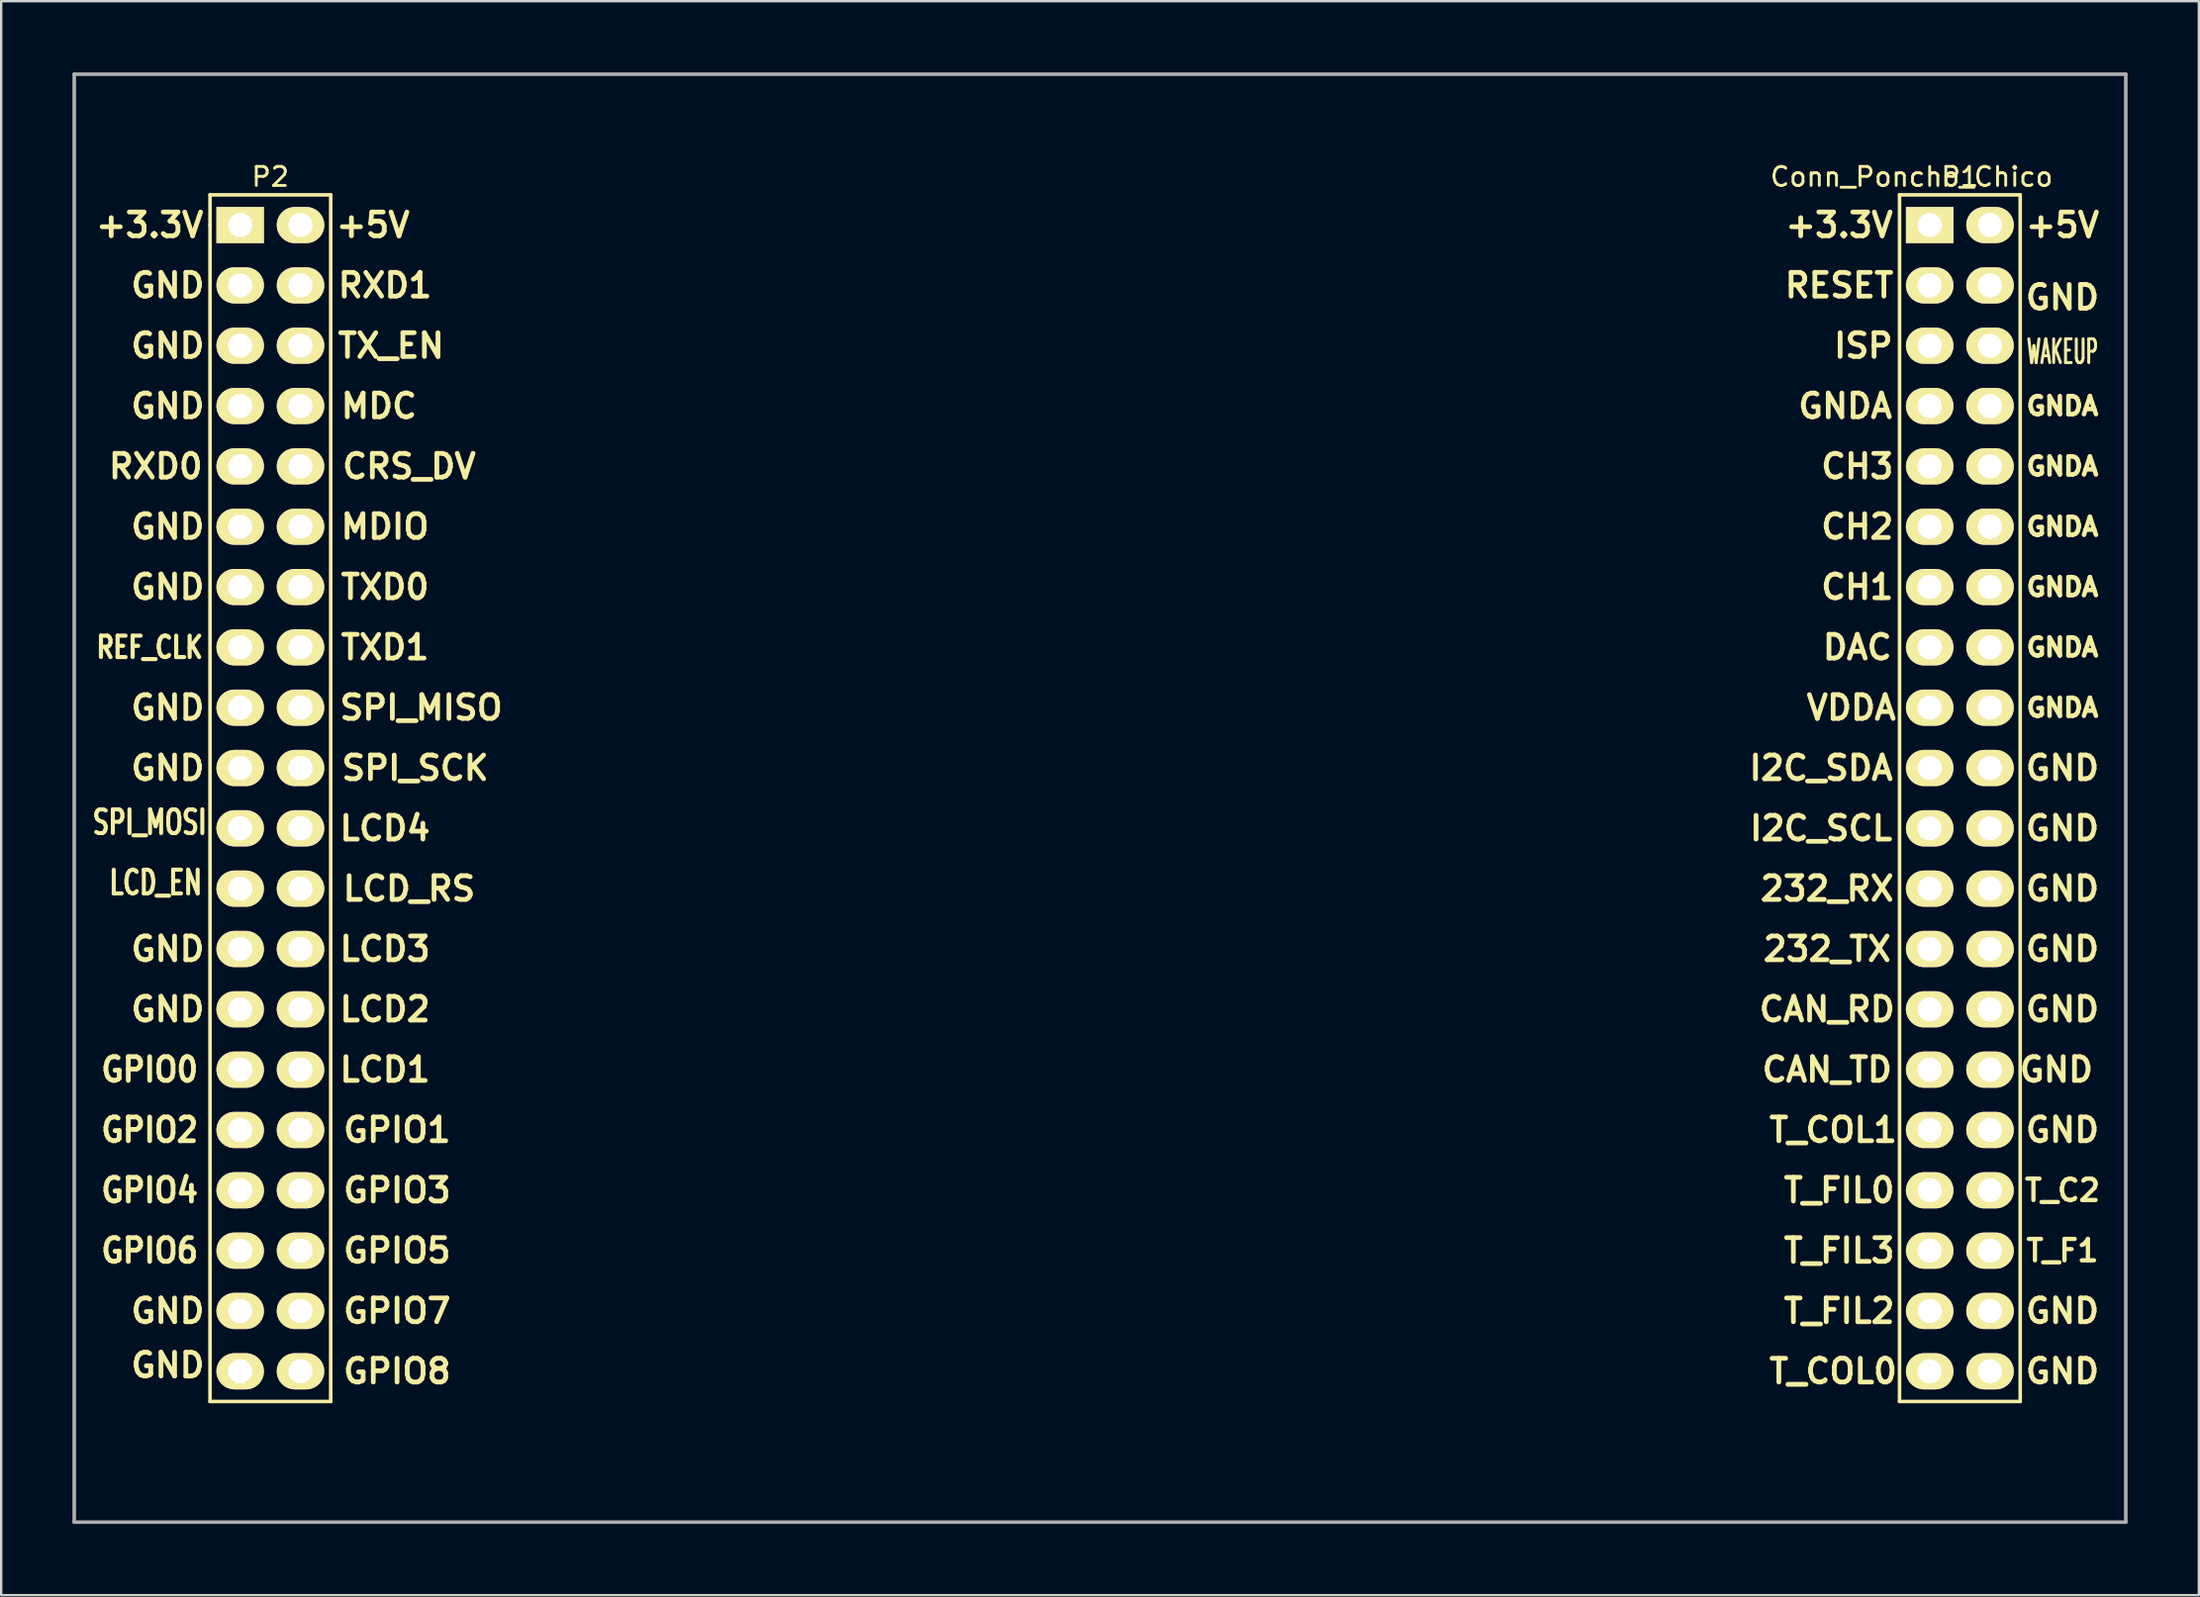
<source format=kicad_pcb>
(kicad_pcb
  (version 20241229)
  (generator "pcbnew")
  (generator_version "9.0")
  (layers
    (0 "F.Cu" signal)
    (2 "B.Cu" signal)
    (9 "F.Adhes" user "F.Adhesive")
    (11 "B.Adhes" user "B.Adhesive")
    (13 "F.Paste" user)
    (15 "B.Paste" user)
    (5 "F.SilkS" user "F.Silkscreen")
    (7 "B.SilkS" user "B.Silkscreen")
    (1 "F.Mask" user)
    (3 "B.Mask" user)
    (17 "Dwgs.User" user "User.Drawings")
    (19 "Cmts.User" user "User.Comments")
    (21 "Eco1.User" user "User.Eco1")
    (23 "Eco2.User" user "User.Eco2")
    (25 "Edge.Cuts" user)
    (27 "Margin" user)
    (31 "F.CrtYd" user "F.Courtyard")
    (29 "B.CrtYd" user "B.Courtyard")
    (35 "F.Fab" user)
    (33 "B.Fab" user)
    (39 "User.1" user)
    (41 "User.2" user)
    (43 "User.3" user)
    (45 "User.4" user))
  (footprint "Conn_Poncho_Chico"
    (layer "F.Cu")
    (at 78.18 6.425)
    (property "Reference" "Conn_Poncho_Chico" (at -0.762 -2.032 0) (layer "F.SilkS") (effects (font (size 0.8 0.8) (thickness 0.12))))
    (attr through_hole)
    (fp_line (start -72.39 -1.27) (end -67.31 -1.27) (stroke (width 0.15) (type solid)) (layer "F.SilkS"))
    (fp_line (start -72.39 0) (end -72.39 -1.27) (stroke (width 0.15) (type solid)) (layer "F.SilkS"))
    (fp_line (start -72.39 49.53) (end -72.39 0) (stroke (width 0.15) (type solid)) (layer "F.SilkS"))
    (fp_line (start -67.31 -1.27) (end -67.31 49.53) (stroke (width 0.15) (type solid)) (layer "F.SilkS"))
    (fp_line (start -67.31 49.53) (end -72.39 49.53) (stroke (width 0.15) (type solid)) (layer "F.SilkS"))
    (fp_line (start -1.27 49.53) (end -1.27 -1.27) (stroke (width 0.15) (type solid)) (layer "F.SilkS"))
    (fp_line (start 3.81 -1.27) (end -1.27 -1.27) (stroke (width 0.15) (type solid)) (layer "F.SilkS"))
    (fp_line (start 3.81 49.53) (end -1.27 49.53) (stroke (width 0.15) (type solid)) (layer "F.SilkS"))
    (fp_line (start 3.81 49.53) (end 3.81 -1.27) (stroke (width 0.15) (type solid)) (layer "F.SilkS"))
    (fp_line (start -78.105 54.61) (end -78.105 -6.35) (stroke (width 0.15) (type solid)) (layer "F.Fab"))
    (fp_line (start 8.255 -6.35) (end -78.105 -6.35) (stroke (width 0.15) (type solid)) (layer "F.Fab"))
    (fp_line (start 8.255 54.61) (end -78.105 54.61) (stroke (width 0.15) (type solid)) (layer "F.Fab"))
    (fp_line (start 8.255 54.61) (end 8.255 -6.35) (stroke (width 0.15) (type solid)) (layer "F.Fab"))
    (fp_text user "GND" (at -74.168 2.54 0) (layer "F.SilkS") (effects (font (size 1 1) (thickness 0.2))))
    (fp_text user "CH3" (at -3.048 10.16 0) (layer "F.SilkS") (effects (font (size 1 1) (thickness 0.2))))
    (fp_text user "GND" (at -74.168 20.32 0) (layer "F.SilkS") (effects (font (size 1 1) (thickness 0.2))))
    (fp_text user "GNDA" (at -3.556 7.62 0) (layer "F.SilkS") (effects (font (size 1 1) (thickness 0.2))))
    (fp_text user "+5V" (at -65.532 0 0) (layer "F.SilkS") (effects (font (size 1 1) (thickness 0.2))))
    (fp_text user "SPI_SCK" (at -63.754 22.86 0) (layer "F.SilkS") (effects (font (size 1 1) (thickness 0.2))))
    (fp_text user "GND" (at 5.588 30.48 0) (layer "F.SilkS") (effects (font (size 1 1) (thickness 0.2))))
    (fp_text user "GND" (at 5.588 27.94 0) (layer "F.SilkS") (effects (font (size 1 1) (thickness 0.2))))
    (fp_text user "GND" (at -74.168 7.62 0) (layer "F.SilkS") (effects (font (size 1 1) (thickness 0.2))))
    (fp_text user "+5V" (at 5.588 0 0) (layer "F.SilkS") (effects (font (size 1 1) (thickness 0.2))))
    (fp_text user "T_COL1" (at -4.064 38.1 0) (layer "F.SilkS") (effects (font (size 1 1) (thickness 0.2))))
    (fp_text user "WAKEUP" (at 5.588 5.334 0) (layer "F.SilkS") (effects (font (size 1 0.5) (thickness 0.125))))
    (fp_text user "ISP" (at -2.794 5.08 0) (layer "F.SilkS") (effects (font (size 1 1) (thickness 0.2))))
    (fp_text user "CAN_TD" (at -4.318 35.56 0) (layer "F.SilkS") (effects (font (size 1 1) (thickness 0.2))))
    (fp_text user "LCD_EN" (at -74.676 27.686 0) (layer "F.SilkS") (effects (font (size 1 0.7) (thickness 0.17))))
    (fp_text user "SPI_MISO" (at -63.5 20.32 0) (layer "F.SilkS") (effects (font (size 1 1) (thickness 0.2))))
    (fp_text user "GNDA" (at 5.588 15.24 0) (layer "F.SilkS") (effects (font (size 0.76 0.76) (thickness 0.19))))
    (fp_text user "GND" (at 5.334 35.56 0) (layer "F.SilkS") (effects (font (size 1 1) (thickness 0.2))))
    (fp_text user "+3.3V" (at -3.81 0 0) (layer "F.SilkS") (effects (font (size 1 1) (thickness 0.2))))
    (fp_text user "GNDA" (at 5.588 10.16 0) (layer "F.SilkS") (effects (font (size 0.76 0.76) (thickness 0.19))))
    (fp_text user "GPIO7" (at -64.516 45.72 0) (layer "F.SilkS") (effects (font (size 1 1) (thickness 0.2))))
    (fp_text user "GNDA" (at 5.588 20.32 0) (layer "F.SilkS") (effects (font (size 0.76 0.76) (thickness 0.19))))
    (fp_text user "GPIO5" (at -64.516 43.18 0) (layer "F.SilkS") (effects (font (size 1 1) (thickness 0.2))))
    (fp_text user "+3.3V" (at -74.93 0 0) (layer "F.SilkS") (effects (font (size 1 1) (thickness 0.2))))
    (fp_text user "SPI_MOSI" (at -74.93 25.146 0) (layer "F.SilkS") (effects (font (size 1 0.7) (thickness 0.17))))
    (fp_text user "GNDA" (at 5.588 17.78 0) (layer "F.SilkS") (effects (font (size 0.76 0.76) (thickness 0.19))))
    (fp_text user "CAN_RD" (at -4.318 33.02 0) (layer "F.SilkS") (effects (font (size 1 1) (thickness 0.2))))
    (fp_text user "CRS_DV" (at -64.008 10.16 0) (layer "F.SilkS") (effects (font (size 1 1) (thickness 0.2))))
    (fp_text user "GPIO0" (at -74.93 35.56 0) (layer "F.SilkS") (effects (font (size 1 0.9) (thickness 0.2))))
    (fp_text user "GPIO4" (at -74.93 40.64 0) (layer "F.SilkS") (effects (font (size 1 0.9) (thickness 0.2))))
    (fp_text user "LCD3" (at -65.024 30.48 0) (layer "F.SilkS") (effects (font (size 1 1) (thickness 0.2))))
    (fp_text user "T_FIL3" (at -3.81 43.18 0) (layer "F.SilkS") (effects (font (size 1 1) (thickness 0.2))))
    (fp_text user "REF_CLK" (at -74.93 17.78 0) (layer "F.SilkS") (effects (font (size 0.9 0.7) (thickness 0.175))))
    (fp_text user "GND" (at -74.168 30.48 0) (layer "F.SilkS") (effects (font (size 1 1) (thickness 0.2))))
    (fp_text user "CH2" (at -3.048 12.7 0) (layer "F.SilkS") (effects (font (size 1 1) (thickness 0.2))))
    (fp_text user "GPIO1" (at -64.516 38.1 0) (layer "F.SilkS") (effects (font (size 1 1) (thickness 0.2))))
    (fp_text user "P2" (at -69.85 -2.032 0) (layer "F.SilkS") (effects (font (size 0.8 0.8) (thickness 0.12))))
    (fp_text user "GND" (at -74.168 45.72 0) (layer "F.SilkS") (effects (font (size 1 1) (thickness 0.2))))
    (fp_text user "TXD0" (at -65.024 15.24 0) (layer "F.SilkS") (effects (font (size 1 1) (thickness 0.2))))
    (fp_text user "TX_EN" (at -64.77 5.08 0) (layer "F.SilkS") (effects (font (size 1 1) (thickness 0.2))))
    (fp_text user "RXD0" (at -74.676 10.16 0) (layer "F.SilkS") (effects (font (size 1 1) (thickness 0.2))))
    (fp_text user "I2C_SCL" (at -4.572 25.4 0) (layer "F.SilkS") (effects (font (size 1 1) (thickness 0.2))))
    (fp_text user "MDC" (at -65.278 7.62 0) (layer "F.SilkS") (effects (font (size 1 1) (thickness 0.2))))
    (fp_text user "232_RX" (at -4.318 27.94 0) (layer "F.SilkS") (effects (font (size 1 1) (thickness 0.2))))
    (fp_text user "GND" (at -74.168 33.02 0) (layer "F.SilkS") (effects (font (size 1 1) (thickness 0.2))))
    (fp_text user "T_C2" (at 5.588 40.64 0) (layer "F.SilkS") (effects (font (size 0.9 0.9) (thickness 0.18))))
    (fp_text user "I2C_SDA" (at -4.572 22.86 0) (layer "F.SilkS") (effects (font (size 1 1) (thickness 0.2))))
    (fp_text user "GPIO2" (at -74.93 38.1 0) (layer "F.SilkS") (effects (font (size 1 0.9) (thickness 0.2))))
    (fp_text user "GPIO3" (at -64.516 40.64 0) (layer "F.SilkS") (effects (font (size 1 1) (thickness 0.2))))
    (fp_text user "LCD4" (at -65.024 25.4 0) (layer "F.SilkS") (effects (font (size 1 1) (thickness 0.2))))
    (fp_text user "GND" (at -74.168 5.08 0) (layer "F.SilkS") (effects (font (size 1 1) (thickness 0.2))))
    (fp_text user "GND" (at 5.588 33.02 0) (layer "F.SilkS") (effects (font (size 1 1) (thickness 0.2))))
    (fp_text user "GND" (at 5.588 22.86 0) (layer "F.SilkS") (effects (font (size 1 1) (thickness 0.2))))
    (fp_text user "T_FIL0" (at -3.81 40.64 0) (layer "F.SilkS") (effects (font (size 1 1) (thickness 0.2))))
    (fp_text user "TXD1" (at -65.024 17.78 0) (layer "F.SilkS") (effects (font (size 1 1) (thickness 0.2))))
    (fp_text user "GND" (at 5.588 3.048 0) (layer "F.SilkS") (effects (font (size 1 1) (thickness 0.2))))
    (fp_text user "GND" (at -74.168 22.86 0) (layer "F.SilkS") (effects (font (size 1 1) (thickness 0.2))))
    (fp_text user "GND" (at -74.168 48.006 0) (layer "F.SilkS") (effects (font (size 1 1) (thickness 0.2))))
    (fp_text user "GPIO8" (at -64.516 48.26 0) (layer "F.SilkS") (effects (font (size 1 1) (thickness 0.2))))
    (fp_text user "VDDA" (at -3.302 20.32 0) (layer "F.SilkS") (effects (font (size 1 1) (thickness 0.2))))
    (fp_text user "T_FIL2" (at -3.81 45.72 0) (layer "F.SilkS") (effects (font (size 1 1) (thickness 0.2))))
    (fp_text user "T_COL0" (at -4.064 48.26 0) (layer "F.SilkS") (effects (font (size 1 1) (thickness 0.2))))
    (fp_text user "T_F1" (at 5.588 43.18 0) (layer "F.SilkS") (effects (font (size 0.9 0.9) (thickness 0.18))))
    (fp_text user "DAC" (at -3.048 17.78 0) (layer "F.SilkS") (effects (font (size 1 1) (thickness 0.2))))
    (fp_text user "LCD_RS" (at -64.008 27.94 0) (layer "F.SilkS") (effects (font (size 1 1) (thickness 0.2))))
    (fp_text user "P1" (at 1.27 -2.032 0) (layer "F.SilkS") (effects (font (size 0.8 0.8) (thickness 0.12))))
    (fp_text user "GND" (at -74.168 12.7 0) (layer "F.SilkS") (effects (font (size 1 1) (thickness 0.2))))
    (fp_text user "GND" (at 5.588 25.4 0) (layer "F.SilkS") (effects (font (size 1 1) (thickness 0.2))))
    (fp_text user "GNDA" (at 5.588 7.62 0) (layer "F.SilkS") (effects (font (size 0.76 0.76) (thickness 0.19))))
    (fp_text user "GNDA" (at 5.588 12.7 0) (layer "F.SilkS") (effects (font (size 0.76 0.76) (thickness 0.19))))
    (fp_text user "GND" (at -74.168 15.24 0) (layer "F.SilkS") (effects (font (size 1 1) (thickness 0.2))))
    (fp_text user "GND" (at 5.588 48.26 0) (layer "F.SilkS") (effects (font (size 1 1) (thickness 0.2))))
    (fp_text user "GND" (at 5.588 45.72 0) (layer "F.SilkS") (effects (font (size 1 1) (thickness 0.2))))
    (fp_text user "LCD1" (at -65.024 35.56 0) (layer "F.SilkS") (effects (font (size 1 1) (thickness 0.2))))
    (fp_text user "LCD2" (at -65.024 33.02 0) (layer "F.SilkS") (effects (font (size 1 1) (thickness 0.2))))
    (fp_text user "RESET" (at -3.81 2.54 0) (layer "F.SilkS") (effects (font (size 1 1) (thickness 0.2))))
    (fp_text user "GPIO6" (at -74.93 43.18 0) (layer "F.SilkS") (effects (font (size 1 0.9) (thickness 0.2))))
    (fp_text user "RXD1" (at -65.024 2.54 0) (layer "F.SilkS") (effects (font (size 1 1) (thickness 0.2))))
    (fp_text user "GND" (at 5.588 38.1 0) (layer "F.SilkS") (effects (font (size 1 1) (thickness 0.2))))
    (fp_text user "CH1" (at -3.048 15.24 0) (layer "F.SilkS") (effects (font (size 1 1) (thickness 0.2))))
    (fp_text user "232_TX" (at -4.318 30.48 0) (layer "F.SilkS") (effects (font (size 1 1) (thickness 0.2))))
    (fp_text user "MDIO" (at -65.024 12.7 0) (layer "F.SilkS") (effects (font (size 1 1) (thickness 0.2))))
    (pad "1" thru_hole rect (at 0 0 270) (size 1.524 2) (drill 1.016) (layers "*.Cu" "*.Mask" "F.SilkS"))
    (pad "2" thru_hole oval (at 2.54 0 270) (size 1.524 2) (drill 1.016) (layers "*.Cu" "*.Mask" "F.SilkS"))
    (pad "3" thru_hole oval (at 0 2.54 270) (size 1.524 2) (drill 1.016) (layers "*.Cu" "*.Mask" "F.SilkS"))
    (pad "4" thru_hole oval (at 2.54 2.54 270) (size 1.524 2) (drill 1.016) (layers "*.Cu" "*.Mask" "F.SilkS"))
    (pad "5" thru_hole oval (at 0 5.08 270) (size 1.524 2) (drill 1.016) (layers "*.Cu" "*.Mask" "F.SilkS"))
    (pad "6" thru_hole oval (at 2.54 5.08 270) (size 1.524 2) (drill 1.016) (layers "*.Cu" "*.Mask" "F.SilkS"))
    (pad "7" thru_hole oval (at 0 7.62 270) (size 1.524 2) (drill 1.016) (layers "*.Cu" "*.Mask" "F.SilkS"))
    (pad "8" thru_hole oval (at 2.54 7.62 270) (size 1.524 2) (drill 1.016) (layers "*.Cu" "*.Mask" "F.SilkS"))
    (pad "9" thru_hole oval (at 0 10.16 270) (size 1.524 2) (drill 1.016) (layers "*.Cu" "*.Mask" "F.SilkS"))
    (pad "10" thru_hole oval (at 2.54 10.16 270) (size 1.524 2) (drill 1.016) (layers "*.Cu" "*.Mask" "F.SilkS"))
    (pad "11" thru_hole oval (at 0 12.7 270) (size 1.524 2) (drill 1.016) (layers "*.Cu" "*.Mask" "F.SilkS"))
    (pad "12" thru_hole oval (at 2.54 12.7 270) (size 1.524 2) (drill 1.016) (layers "*.Cu" "*.Mask" "F.SilkS"))
    (pad "13" thru_hole oval (at 0 15.24 270) (size 1.524 2) (drill 1.016) (layers "*.Cu" "*.Mask" "F.SilkS"))
    (pad "14" thru_hole oval (at 2.54 15.24 270) (size 1.524 2) (drill 1.016) (layers "*.Cu" "*.Mask" "F.SilkS"))
    (pad "15" thru_hole oval (at 0 17.78 270) (size 1.524 2) (drill 1.016) (layers "*.Cu" "*.Mask" "F.SilkS"))
    (pad "16" thru_hole oval (at 2.54 17.78 270) (size 1.524 2) (drill 1.016) (layers "*.Cu" "*.Mask" "F.SilkS"))
    (pad "17" thru_hole oval (at 0 20.32 270) (size 1.524 2) (drill 1.016) (layers "*.Cu" "*.Mask" "F.SilkS"))
    (pad "18" thru_hole oval (at 2.54 20.32 270) (size 1.524 2) (drill 1.016) (layers "*.Cu" "*.Mask" "F.SilkS"))
    (pad "19" thru_hole oval (at 0 22.86 270) (size 1.524 2) (drill 1.016) (layers "*.Cu" "*.Mask" "F.SilkS"))
    (pad "20" thru_hole oval (at 2.54 22.86 270) (size 1.524 2) (drill 1.016) (layers "*.Cu" "*.Mask" "F.SilkS"))
    (pad "21" thru_hole oval (at 0 25.4 270) (size 1.524 2) (drill 1.016) (layers "*.Cu" "*.Mask" "F.SilkS"))
    (pad "22" thru_hole oval (at 2.54 25.4 270) (size 1.524 2) (drill 1.016) (layers "*.Cu" "*.Mask" "F.SilkS"))
    (pad "23" thru_hole oval (at 0 27.94 270) (size 1.524 2) (drill 1.016) (layers "*.Cu" "*.Mask" "F.SilkS"))
    (pad "24" thru_hole oval (at 2.54 27.94 270) (size 1.524 2) (drill 1.016) (layers "*.Cu" "*.Mask" "F.SilkS"))
    (pad "25" thru_hole oval (at 0 30.48 270) (size 1.524 2) (drill 1.016) (layers "*.Cu" "*.Mask" "F.SilkS"))
    (pad "26" thru_hole oval (at 2.54 30.48 270) (size 1.524 2) (drill 1.016) (layers "*.Cu" "*.Mask" "F.SilkS"))
    (pad "27" thru_hole oval (at 0 33.02 270) (size 1.524 2) (drill 1.016) (layers "*.Cu" "*.Mask" "F.SilkS"))
    (pad "28" thru_hole oval (at 2.54 33.02 270) (size 1.524 2) (drill 1.016) (layers "*.Cu" "*.Mask" "F.SilkS"))
    (pad "29" thru_hole oval (at 0 35.56 270) (size 1.524 2) (drill 1.016) (layers "*.Cu" "*.Mask" "F.SilkS"))
    (pad "30" thru_hole oval (at 2.54 35.56 270) (size 1.524 2) (drill 1.016) (layers "*.Cu" "*.Mask" "F.SilkS"))
    (pad "31" thru_hole oval (at 0 38.1 270) (size 1.524 2) (drill 1.016) (layers "*.Cu" "*.Mask" "F.SilkS"))
    (pad "32" thru_hole oval (at 2.54 38.1 270) (size 1.524 2) (drill 1.016) (layers "*.Cu" "*.Mask" "F.SilkS"))
    (pad "33" thru_hole oval (at 0 40.64 270) (size 1.524 2) (drill 1.016) (layers "*.Cu" "*.Mask" "F.SilkS"))
    (pad "34" thru_hole oval (at 2.54 40.64 270) (size 1.524 2) (drill 1.016) (layers "*.Cu" "*.Mask" "F.SilkS"))
    (pad "35" thru_hole oval (at 0 43.18 270) (size 1.524 2) (drill 1.016) (layers "*.Cu" "*.Mask" "F.SilkS"))
    (pad "36" thru_hole oval (at 2.54 43.18 270) (size 1.524 2) (drill 1.016) (layers "*.Cu" "*.Mask" "F.SilkS"))
    (pad "37" thru_hole oval (at 0 45.72 270) (size 1.524 2) (drill 1.016) (layers "*.Cu" "*.Mask" "F.SilkS"))
    (pad "38" thru_hole oval (at 2.54 45.72 270) (size 1.524 2) (drill 1.016) (layers "*.Cu" "*.Mask" "F.SilkS"))
    (pad "39" thru_hole oval (at 0 48.26 270) (size 1.524 2) (drill 1.016) (layers "*.Cu" "*.Mask" "F.SilkS"))
    (pad "40" thru_hole oval (at 2.54 48.26 270) (size 1.524 2) (drill 1.016) (layers "*.Cu" "*.Mask" "F.SilkS"))
    (pad "41" thru_hole rect (at -71.12 0 270) (size 1.524 2) (drill 1.016) (layers "*.Cu" "*.Mask" "F.SilkS"))
    (pad "42" thru_hole oval (at -68.58 0 270) (size 1.524 2) (drill 1.016) (layers "*.Cu" "*.Mask" "F.SilkS"))
    (pad "43" thru_hole oval (at -71.12 2.54 270) (size 1.524 2) (drill 1.016) (layers "*.Cu" "*.Mask" "F.SilkS"))
    (pad "44" thru_hole oval (at -68.58 2.54 270) (size 1.524 2) (drill 1.016) (layers "*.Cu" "*.Mask" "F.SilkS"))
    (pad "45" thru_hole oval (at -71.12 5.08 270) (size 1.524 2) (drill 1.016) (layers "*.Cu" "*.Mask" "F.SilkS"))
    (pad "46" thru_hole oval (at -68.58 5.08 270) (size 1.524 2) (drill 1.016) (layers "*.Cu" "*.Mask" "F.SilkS"))
    (pad "47" thru_hole oval (at -71.12 7.62 270) (size 1.524 2) (drill 1.016) (layers "*.Cu" "*.Mask" "F.SilkS"))
    (pad "48" thru_hole oval (at -68.58 7.62 270) (size 1.524 2) (drill 1.016) (layers "*.Cu" "*.Mask" "F.SilkS"))
    (pad "49" thru_hole oval (at -71.12 10.16 270) (size 1.524 2) (drill 1.016) (layers "*.Cu" "*.Mask" "F.SilkS"))
    (pad "50" thru_hole oval (at -68.58 10.16 270) (size 1.524 2) (drill 1.016) (layers "*.Cu" "*.Mask" "F.SilkS"))
    (pad "51" thru_hole oval (at -71.12 12.7 270) (size 1.524 2) (drill 1.016) (layers "*.Cu" "*.Mask" "F.SilkS"))
    (pad "52" thru_hole oval (at -68.58 12.7 270) (size 1.524 2) (drill 1.016) (layers "*.Cu" "*.Mask" "F.SilkS"))
    (pad "53" thru_hole oval (at -71.12 15.24 270) (size 1.524 2) (drill 1.016) (layers "*.Cu" "*.Mask" "F.SilkS"))
    (pad "54" thru_hole oval (at -68.58 15.24 270) (size 1.524 2) (drill 1.016) (layers "*.Cu" "*.Mask" "F.SilkS"))
    (pad "55" thru_hole oval (at -71.12 17.78 270) (size 1.524 2) (drill 1.016) (layers "*.Cu" "*.Mask" "F.SilkS"))
    (pad "56" thru_hole oval (at -68.58 17.78 270) (size 1.524 2) (drill 1.016) (layers "*.Cu" "*.Mask" "F.SilkS"))
    (pad "57" thru_hole oval (at -71.12 20.32 270) (size 1.524 2) (drill 1.016) (layers "*.Cu" "*.Mask" "F.SilkS"))
    (pad "58" thru_hole oval (at -68.58 20.32 270) (size 1.524 2) (drill 1.016) (layers "*.Cu" "*.Mask" "F.SilkS"))
    (pad "59" thru_hole oval (at -71.12 22.86 270) (size 1.524 2) (drill 1.016) (layers "*.Cu" "*.Mask" "F.SilkS"))
    (pad "60" thru_hole oval (at -68.58 22.86 270) (size 1.524 2) (drill 1.016) (layers "*.Cu" "*.Mask" "F.SilkS"))
    (pad "61" thru_hole oval (at -71.12 25.4 270) (size 1.524 2) (drill 1.016) (layers "*.Cu" "*.Mask" "F.SilkS"))
    (pad "62" thru_hole oval (at -68.58 25.4 270) (size 1.524 2) (drill 1.016) (layers "*.Cu" "*.Mask" "F.SilkS"))
    (pad "63" thru_hole oval (at -71.12 27.94 270) (size 1.524 2) (drill 1.016) (layers "*.Cu" "*.Mask" "F.SilkS"))
    (pad "64" thru_hole oval (at -68.58 27.94 270) (size 1.524 2) (drill 1.016) (layers "*.Cu" "*.Mask" "F.SilkS"))
    (pad "65" thru_hole oval (at -71.12 30.48 270) (size 1.524 2) (drill 1.016) (layers "*.Cu" "*.Mask" "F.SilkS"))
    (pad "66" thru_hole oval (at -68.58 30.48 270) (size 1.524 2) (drill 1.016) (layers "*.Cu" "*.Mask" "F.SilkS"))
    (pad "67" thru_hole oval (at -71.12 33.02 270) (size 1.524 2) (drill 1.016) (layers "*.Cu" "*.Mask" "F.SilkS"))
    (pad "68" thru_hole oval (at -68.58 33.02 270) (size 1.524 2) (drill 1.016) (layers "*.Cu" "*.Mask" "F.SilkS"))
    (pad "69" thru_hole oval (at -71.12 35.56 270) (size 1.524 2) (drill 1.016) (layers "*.Cu" "*.Mask" "F.SilkS"))
    (pad "70" thru_hole oval (at -68.58 35.56 270) (size 1.524 2) (drill 1.016) (layers "*.Cu" "*.Mask" "F.SilkS"))
    (pad "71" thru_hole oval (at -71.12 38.1 270) (size 1.524 2) (drill 1.016) (layers "*.Cu" "*.Mask" "F.SilkS"))
    (pad "72" thru_hole oval (at -68.58 38.1 270) (size 1.524 2) (drill 1.016) (layers "*.Cu" "*.Mask" "F.SilkS"))
    (pad "73" thru_hole oval (at -71.12 40.64 270) (size 1.524 2) (drill 1.016) (layers "*.Cu" "*.Mask" "F.SilkS"))
    (pad "74" thru_hole oval (at -68.58 40.64 270) (size 1.524 2) (drill 1.016) (layers "*.Cu" "*.Mask" "F.SilkS"))
    (pad "75" thru_hole oval (at -71.12 43.18 270) (size 1.524 2) (drill 1.016) (layers "*.Cu" "*.Mask" "F.SilkS"))
    (pad "76" thru_hole oval (at -68.58 43.18 270) (size 1.524 2) (drill 1.016) (layers "*.Cu" "*.Mask" "F.SilkS"))
    (pad "77" thru_hole oval (at -71.12 45.72 270) (size 1.524 2) (drill 1.016) (layers "*.Cu" "*.Mask" "F.SilkS"))
    (pad "78" thru_hole oval (at -68.58 45.72 270) (size 1.524 2) (drill 1.016) (layers "*.Cu" "*.Mask" "F.SilkS"))
    (pad "79" thru_hole oval (at -71.12 48.26 270) (size 1.524 2) (drill 1.016) (layers "*.Cu" "*.Mask" "F.SilkS"))
    (pad "80" thru_hole oval (at -68.58 48.26 270) (size 1.524 2) (drill 1.016) (layers "*.Cu" "*.Mask" "F.SilkS")))
  (gr_rect
    (start -3 -3)
    (end 89.51 64.11)
    (stroke (width 0.1) (type default))
    (fill no)
    (layer "Edge.Cuts")))
</source>
